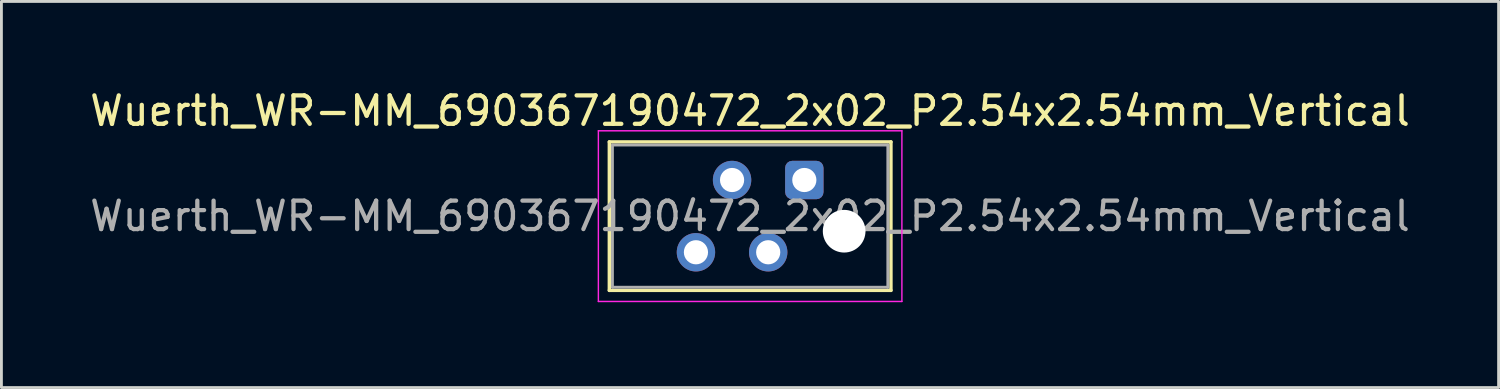
<source format=kicad_pcb>
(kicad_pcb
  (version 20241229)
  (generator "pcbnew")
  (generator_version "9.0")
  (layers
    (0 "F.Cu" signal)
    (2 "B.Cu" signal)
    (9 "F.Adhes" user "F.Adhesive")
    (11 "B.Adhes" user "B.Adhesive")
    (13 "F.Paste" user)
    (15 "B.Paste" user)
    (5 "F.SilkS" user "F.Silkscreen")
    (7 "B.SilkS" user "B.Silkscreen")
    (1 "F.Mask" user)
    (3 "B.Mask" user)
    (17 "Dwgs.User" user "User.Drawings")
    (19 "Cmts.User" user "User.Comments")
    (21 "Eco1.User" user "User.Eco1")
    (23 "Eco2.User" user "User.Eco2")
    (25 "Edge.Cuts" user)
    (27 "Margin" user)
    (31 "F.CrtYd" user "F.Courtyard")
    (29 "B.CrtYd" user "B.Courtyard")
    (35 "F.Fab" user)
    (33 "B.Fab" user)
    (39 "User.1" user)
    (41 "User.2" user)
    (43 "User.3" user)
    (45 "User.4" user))
  (footprint "Wuerth_WR-MM_690367190472_2x02_P2.54x2.54mm_Vertical"
    (layer "F.Cu")
    (at 25.225 3.278)
    (property "Reference" "Wuerth_WR-MM_690367190472_2x02_P2.54x2.54mm_Vertical" (at -1.91 -2.43 0) (layer "F.SilkS") (effects (font (size 1 1) (thickness 0.15))))
    (attr through_hole)
    (fp_line (start -6.855 -1.34) (end 3.045 -1.34) (stroke (width 0.12) (type solid)) (layer "F.SilkS"))
    (fp_line (start -6.855 3.88) (end -6.855 -1.34) (stroke (width 0.12) (type solid)) (layer "F.SilkS"))
    (fp_line (start 3.045 -1.34) (end 3.045 3.88) (stroke (width 0.12) (type solid)) (layer "F.SilkS"))
    (fp_line (start 3.045 3.88) (end -6.855 3.88) (stroke (width 0.12) (type solid)) (layer "F.SilkS"))
    (fp_line (start -7.24 -1.73) (end -7.24 4.27) (stroke (width 0.05) (type solid)) (layer "F.CrtYd"))
    (fp_line (start -7.24 4.27) (end 3.43 4.27) (stroke (width 0.05) (type solid)) (layer "F.CrtYd"))
    (fp_line (start 3.43 -1.73) (end -7.24 -1.73) (stroke (width 0.05) (type solid)) (layer "F.CrtYd"))
    (fp_line (start 3.43 4.27) (end 3.43 -1.73) (stroke (width 0.05) (type solid)) (layer "F.CrtYd"))
    (fp_line (start -6.745 -1.23) (end 2.935 -1.23) (stroke (width 0.1) (type solid)) (layer "F.Fab"))
    (fp_line (start -6.745 3.77) (end -6.745 -1.23) (stroke (width 0.1) (type solid)) (layer "F.Fab"))
    (fp_line (start 2.935 -1.23) (end 2.935 3.77) (stroke (width 0.1) (type solid)) (layer "F.Fab"))
    (fp_line (start 2.935 3.77) (end -6.745 3.77) (stroke (width 0.1) (type solid)) (layer "F.Fab"))
    (fp_text user "${REFERENCE}" (at -1.91 1.27 0) (layer "F.Fab") (effects (font (size 1 1) (thickness 0.15))))
    (pad "" np_thru_hole circle (at 1.4 1.8) (size 1.5 1.5) (drill 1.5) (layers "*.Cu" "*.Mask"))
    (pad "1" thru_hole roundrect (at 0 0) (size 1.35 1.35) (drill 0.85) (layers "*.Cu" "*.Mask") (roundrect_rratio 0.185))
    (pad "2" thru_hole circle (at -1.27 2.54) (size 1.35 1.35) (drill 0.85) (layers "*.Cu" "*.Mask"))
    (pad "3" thru_hole circle (at -2.54 0) (size 1.35 1.35) (drill 0.85) (layers "*.Cu" "*.Mask"))
    (pad "4" thru_hole circle (at -3.81 2.54) (size 1.35 1.35) (drill 0.85) (layers "*.Cu" "*.Mask")))
  (gr_rect
    (start -3 -3)
    (end 49.631 10.573)
    (stroke (width 0.1) (type default))
    (fill no)
    (layer "Edge.Cuts")))
</source>
